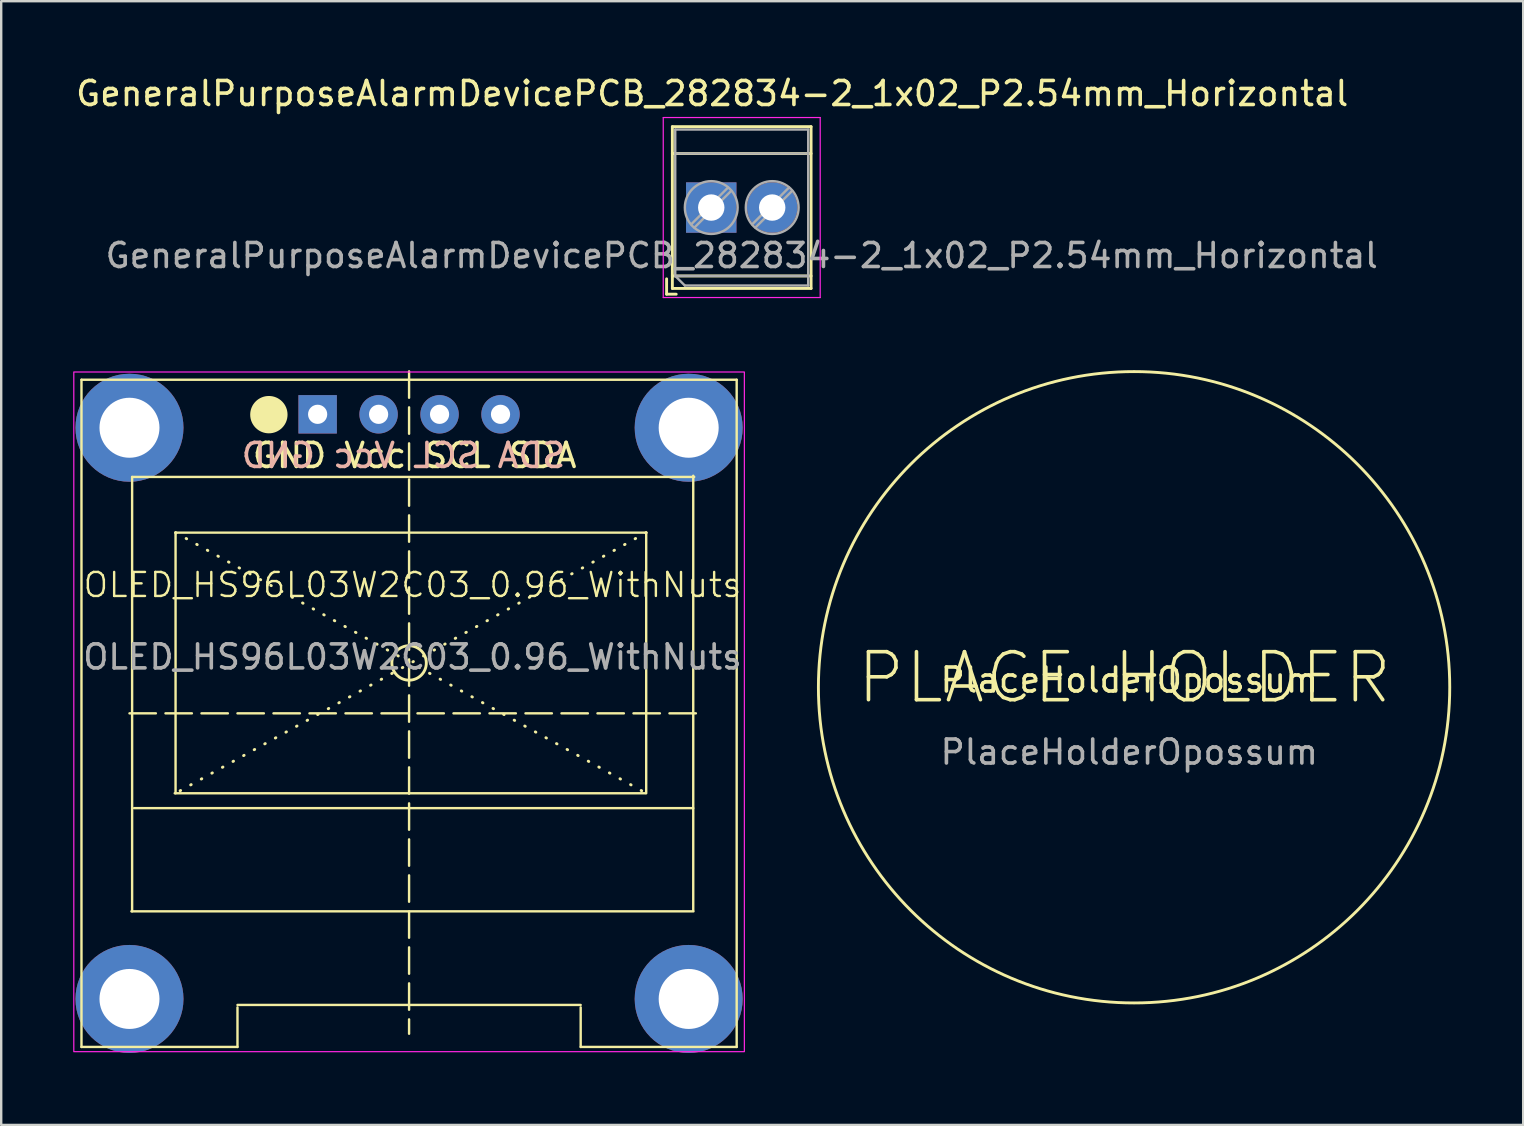
<source format=kicad_pcb>
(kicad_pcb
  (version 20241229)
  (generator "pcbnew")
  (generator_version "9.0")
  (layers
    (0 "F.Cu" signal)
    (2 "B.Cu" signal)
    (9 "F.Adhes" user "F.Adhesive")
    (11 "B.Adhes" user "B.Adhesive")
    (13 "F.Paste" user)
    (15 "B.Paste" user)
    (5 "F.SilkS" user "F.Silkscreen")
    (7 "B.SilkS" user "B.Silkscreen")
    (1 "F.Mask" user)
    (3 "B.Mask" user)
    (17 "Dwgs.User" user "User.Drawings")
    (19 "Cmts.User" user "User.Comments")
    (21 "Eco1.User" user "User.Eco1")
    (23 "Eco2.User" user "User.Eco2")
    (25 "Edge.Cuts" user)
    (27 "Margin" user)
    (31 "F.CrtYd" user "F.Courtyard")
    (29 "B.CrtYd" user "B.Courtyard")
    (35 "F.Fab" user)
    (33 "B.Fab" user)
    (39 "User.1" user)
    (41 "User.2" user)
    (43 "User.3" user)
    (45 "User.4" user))
  (footprint "PlaceHolderOpossum"
    (layer "F.Cu")
    (at 44.003 25.786)
    (property "Reference" "PlaceHolderOpossum" (at 0 -0.5 0) (unlocked yes) (layer "F.SilkS") (effects (font (size 1 1) (thickness 0.15))))
    (attr smd)
    (fp_circle (center 0.2 -0.2) (end 11.8 -6.4) (stroke (width 0.12) (type solid)) (fill no) (layer "F.SilkS"))
    (fp_text user "PLACE HOLDER" (at -0.2 -0.6 0) (unlocked yes) (layer "F.SilkS") (effects (font (size 2 2) (thickness 0.15))))
    (fp_text user "${REFERENCE}" (at 0 2.5 0) (unlocked yes) (layer "F.Fab") (effects (font (size 1 1) (thickness 0.15)))))
  (footprint "GeneralPurposeAlarmDevicePCB_282834-2_1x02_P2.54mm_Horizontal"
    (layer "F.Cu")
    (at 26.585 5.598)
    (property "Reference" "GeneralPurposeAlarmDevicePCB_282834-2_1x02_P2.54mm_Horizontal" (at 0.04 -4.75 180) (layer "F.SilkS") (effects (font (size 1 1) (thickness 0.15))))
    (attr through_hole)
    (fp_line (start -1.86 2.97) (end -1.86 3.61) (stroke (width 0.12) (type solid)) (layer "F.SilkS"))
    (fp_line (start -1.86 3.61) (end -1.46 3.61) (stroke (width 0.12) (type solid)) (layer "F.SilkS"))
    (fp_line (start -1.62 -3.37) (end -1.62 3.37) (stroke (width 0.12) (type solid)) (layer "F.SilkS"))
    (fp_line (start -1.62 -3.37) (end 4.16 -3.37) (stroke (width 0.12) (type solid)) (layer "F.SilkS"))
    (fp_line (start -1.62 -2.25) (end 4.16 -2.25) (stroke (width 0.12) (type solid)) (layer "F.SilkS"))
    (fp_line (start -1.62 2.85) (end 4.16 2.85) (stroke (width 0.12) (type solid)) (layer "F.SilkS"))
    (fp_line (start -1.62 3.37) (end 4.16 3.37) (stroke (width 0.12) (type solid)) (layer "F.SilkS"))
    (fp_line (start 4.16 -3.37) (end 4.16 3.37) (stroke (width 0.12) (type solid)) (layer "F.SilkS"))
    (fp_line (start -2 -3.75) (end -2 3.75) (stroke (width 0.05) (type solid)) (layer "F.CrtYd"))
    (fp_line (start -2 3.75) (end 4.54 3.75) (stroke (width 0.05) (type solid)) (layer "F.CrtYd"))
    (fp_line (start 4.54 -3.75) (end -2 -3.75) (stroke (width 0.05) (type solid)) (layer "F.CrtYd"))
    (fp_line (start 4.54 3.75) (end 4.54 -3.75) (stroke (width 0.05) (type solid)) (layer "F.CrtYd"))
    (fp_line (start -1.5 -3.25) (end 4.04 -3.25) (stroke (width 0.1) (type solid)) (layer "F.Fab"))
    (fp_line (start -1.5 -2.25) (end 4.04 -2.25) (stroke (width 0.1) (type solid)) (layer "F.Fab"))
    (fp_line (start -1.5 2.85) (end -1.5 -3.25) (stroke (width 0.1) (type solid)) (layer "F.Fab"))
    (fp_line (start -1.5 2.85) (end 4.04 2.85) (stroke (width 0.1) (type solid)) (layer "F.Fab"))
    (fp_line (start -1.1 3.25) (end -1.5 2.85) (stroke (width 0.1) (type solid)) (layer "F.Fab"))
    (fp_line (start 0.701 -0.835) (end -0.835 0.7) (stroke (width 0.1) (type solid)) (layer "F.Fab"))
    (fp_line (start 0.835 -0.7) (end -0.701 0.835) (stroke (width 0.1) (type solid)) (layer "F.Fab"))
    (fp_line (start 3.241 -0.835) (end 1.706 0.7) (stroke (width 0.1) (type solid)) (layer "F.Fab"))
    (fp_line (start 3.375 -0.7) (end 1.84 0.835) (stroke (width 0.1) (type solid)) (layer "F.Fab"))
    (fp_line (start 4.04 -3.25) (end 4.04 3.25) (stroke (width 0.1) (type solid)) (layer "F.Fab"))
    (fp_line (start 4.04 3.25) (end -1.1 3.25) (stroke (width 0.1) (type solid)) (layer "F.Fab"))
    (fp_circle (center 0 0) (end 1.1 0) (stroke (width 0.1) (type solid)) (fill no) (layer "F.Fab"))
    (fp_circle (center 2.54 0) (end 3.64 0) (stroke (width 0.1) (type solid)) (fill no) (layer "F.Fab"))
    (fp_text user "${REFERENCE}" (at 1.27 2 0) (layer "F.Fab") (effects (font (size 1 1) (thickness 0.15))))
    (pad "1" thru_hole rect (at 0 0) (size 2.1 2.1) (drill 1.1) (layers "*.Cu" "*.Mask"))
    (pad "2" thru_hole circle (at 2.54 0) (size 2.1 2.1) (drill 1.1) (layers "*.Cu" "*.Mask")))
  (footprint "OLED_HS96L03W2C03_0.96_WithNuts"
    (layer "F.Cu")
    (at 13.995 26.673)
    (property "Reference" "OLED_HS96L03W2C03_0.96_WithNuts" (at 0.14 -5.35 0) (unlocked yes) (layer "F.SilkS") (effects (font (size 1 1) (thickness 0.1))))
    (attr through_hole)
    (fp_line (start -13.65 -13.9) (end 13.65 -13.9) (stroke (width 0.1) (type default)) (layer "F.SilkS"))
    (fp_line (start -13.65 13.9) (end -13.65 -13.9) (stroke (width 0.1) (type default)) (layer "F.SilkS"))
    (fp_line (start -13.65 13.9) (end -7.15 13.9) (stroke (width 0.1) (type default)) (layer "F.SilkS"))
    (fp_line (start -11.65 0) (end 12.05 0) (stroke (width 0.1) (type dash)) (layer "F.SilkS"))
    (fp_line (start -11.57 8.25) (end 11.85 8.25) (stroke (width 0.1) (type default)) (layer "F.SilkS"))
    (fp_line (start -11.54 -9.85) (end -11.54 8.25) (stroke (width 0.1) (type default)) (layer "F.SilkS"))
    (fp_line (start -11.54 -9.85) (end 11.88 -9.85) (stroke (width 0.1) (type default)) (layer "F.SilkS"))
    (fp_line (start -11.46 3.95) (end 11.84 3.95) (stroke (width 0.1) (type default)) (layer "F.SilkS"))
    (fp_line (start -9.765 3.33) (end 9.845 3.33) (stroke (width 0.1) (type default)) (layer "F.SilkS"))
    (fp_line (start -9.73 -7.53) (end -9.73 3.33) (stroke (width 0.1) (type default)) (layer "F.SilkS"))
    (fp_line (start -9.73 -7.53) (end 9.88 -7.53) (stroke (width 0.1) (type default)) (layer "F.SilkS"))
    (fp_line (start -9.73 -7.53) (end 9.88 3.33) (stroke (width 0.12) (type dot)) (layer "F.SilkS"))
    (fp_line (start -7.15 12.15) (end 7.15 12.15) (stroke (width 0.1) (type default)) (layer "F.SilkS"))
    (fp_line (start -7.15 13.9) (end -7.15 12.25) (stroke (width 0.1) (type default)) (layer "F.SilkS"))
    (fp_line (start 0 -14.25) (end 0 13.35) (stroke (width 0.1) (type dash)) (layer "F.SilkS"))
    (fp_line (start 7.15 13.9) (end 7.15 12.25) (stroke (width 0.1) (type default)) (layer "F.SilkS"))
    (fp_line (start 9.88 -7.53) (end -9.73 3.33) (stroke (width 0.12) (type dot)) (layer "F.SilkS"))
    (fp_line (start 9.88 -7.53) (end 9.88 3.33) (stroke (width 0.1) (type default)) (layer "F.SilkS"))
    (fp_line (start 11.84 -9.9) (end 11.84 8.2) (stroke (width 0.1) (type default)) (layer "F.SilkS"))
    (fp_line (start 13.65 -13.9) (end 13.65 13.9) (stroke (width 0.1) (type default)) (layer "F.SilkS"))
    (fp_line (start 13.65 13.9) (end 7.15 13.9) (stroke (width 0.1) (type default)) (layer "F.SilkS"))
    (fp_circle (center -5.842 -12.446) (end -5.124 -12.446) (stroke (width 0.12) (type solid)) (fill yes) (layer "F.SilkS"))
    (fp_circle (center 0 -2.1) (end 0.718 -2.1) (stroke (width 0.12) (type solid)) (fill no) (layer "F.SilkS"))
    (fp_rect (start -13.97 -14.224) (end 13.97 14.097) (stroke (width 0.05) (type default)) (fill no) (layer "F.CrtYd"))
    (fp_text user "GND Vcc SCL SDA" (at -6.604 -10.16 0) (unlocked yes) (layer "F.SilkS") (effects (font (size 1 1) (thickness 0.15)) (justify left bottom)))
    (fp_text user "SDA SCL Vcc GND" (at 6.604 -10.16 0) (unlocked yes) (layer "B.SilkS") (effects (font (size 1 1) (thickness 0.15)) (justify left bottom mirror)))
    (fp_text user "${REFERENCE}" (at 0.14 -2.35 0) (unlocked yes) (layer "F.Fab") (effects (font (size 1 1) (thickness 0.15))))
    (pad "1" thru_hole rect (at -3.81 -12.46) (size 1.6 1.6) (drill 0.8) (layers "*.Cu" "*.Mask"))
    (pad "2" thru_hole circle (at -1.27 -12.46) (size 1.6 1.6) (drill 0.8) (layers "*.Cu" "*.Mask"))
    (pad "3" thru_hole circle (at 1.27 -12.46) (size 1.6 1.6) (drill 0.8) (layers "*.Cu" "*.Mask"))
    (pad "4" thru_hole circle (at 3.81 -12.46) (size 1.6 1.6) (drill 0.8) (layers "*.Cu" "*.Mask"))
    (pad "5" thru_hole circle (at -11.65 -11.9) (size 4.5 4.5) (drill 2.5) (layers "*.Cu" "*.Mask"))
    (pad "6" thru_hole circle (at 11.65 -11.9) (size 4.5 4.5) (drill 2.5) (layers "*.Cu" "*.Mask"))
    (pad "7" thru_hole circle (at -11.65 11.9) (size 4.5 4.5) (drill 2.5) (layers "*.Cu" "*.Mask"))
    (pad "8" thru_hole circle (at 11.65 11.9) (size 4.5 4.5) (drill 2.5) (layers "*.Cu" "*.Mask")))
  (gr_rect
    (start -3 -3)
    (end 60.416 43.823)
    (stroke (width 0.1) (type default))
    (fill no)
    (layer "Edge.Cuts")))
</source>
